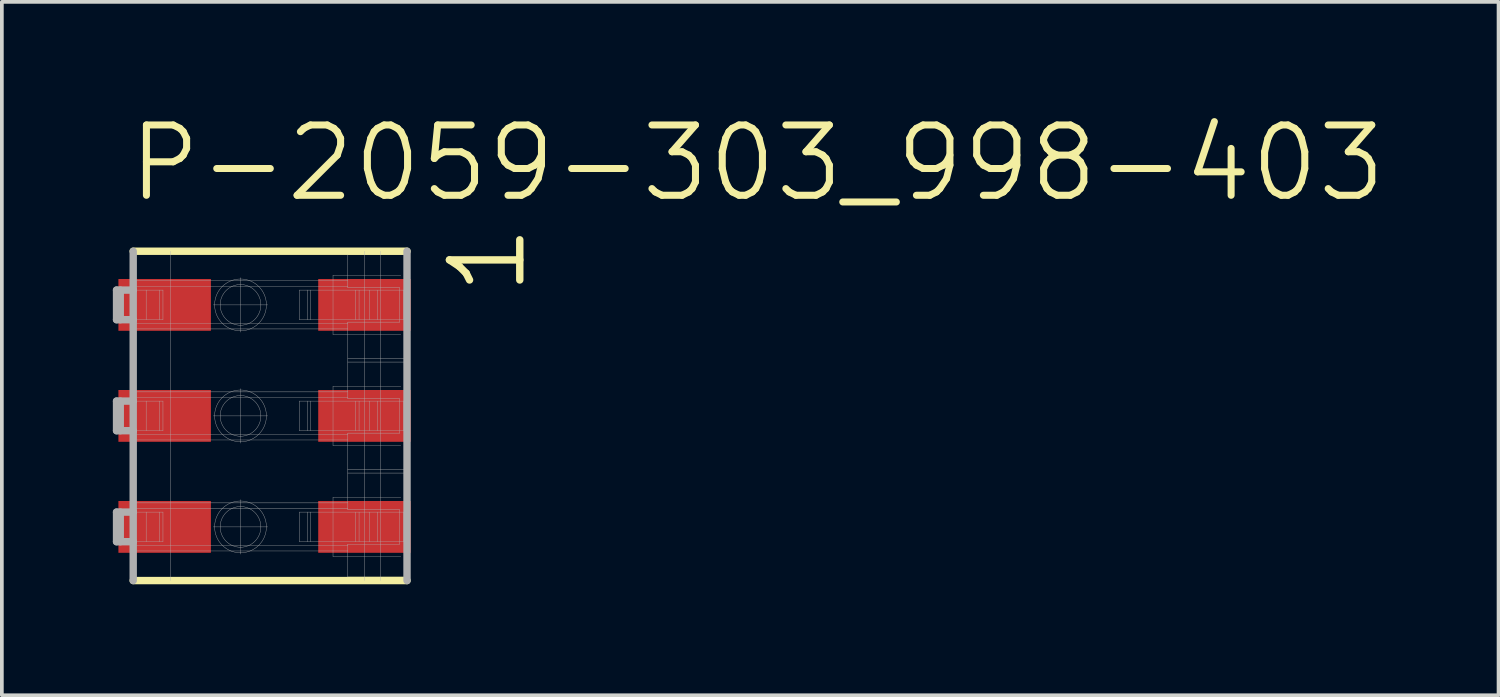
<source format=kicad_pcb>
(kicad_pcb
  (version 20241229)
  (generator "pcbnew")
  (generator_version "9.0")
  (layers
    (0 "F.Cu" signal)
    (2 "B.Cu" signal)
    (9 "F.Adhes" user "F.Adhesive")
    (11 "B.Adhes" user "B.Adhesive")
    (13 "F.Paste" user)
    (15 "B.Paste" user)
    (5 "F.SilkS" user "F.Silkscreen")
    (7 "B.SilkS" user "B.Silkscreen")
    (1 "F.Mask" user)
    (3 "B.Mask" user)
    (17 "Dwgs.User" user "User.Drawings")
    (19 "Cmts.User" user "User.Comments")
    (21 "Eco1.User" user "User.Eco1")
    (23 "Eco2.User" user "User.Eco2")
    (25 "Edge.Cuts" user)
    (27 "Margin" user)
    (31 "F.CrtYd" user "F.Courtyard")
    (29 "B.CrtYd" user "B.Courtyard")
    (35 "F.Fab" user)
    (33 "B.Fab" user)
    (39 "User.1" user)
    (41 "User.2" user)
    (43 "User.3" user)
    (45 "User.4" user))
  (footprint "P-2059-303_998-403"
    (layer "F.Cu")
    (at 4.025 8.19)
    (property "Reference" "P-2059-303_998-403" (at -3.695 -5.72 0) (layer "F.SilkS") (effects (font (size 1.9 1.9) (thickness 0.19)) (justify left bottom)))
    (attr through_hole)
    (fp_line (start 2.325 -4.354) (end 2.325 -4.45) (stroke (width 0.01) (type solid)) (layer "F.SilkS"))
    (fp_line (start 2.325 -4.354) (end 3.925 -4.354) (stroke (width 0.01) (type solid)) (layer "F.SilkS"))
    (fp_line (start 2.325 4.354) (end 3.925 4.354) (stroke (width 0.01) (type solid)) (layer "F.SilkS"))
    (fp_line (start 2.325 4.45) (end 2.325 4.354) (stroke (width 0.01) (type solid)) (layer "F.SilkS"))
    (fp_line (start 3.925 -4.45) (end -3.475 -4.45) (stroke (width 0.2) (type solid)) (layer "F.SilkS"))
    (fp_line (start 3.925 4.45) (end -3.475 4.45) (stroke (width 0.2) (type solid)) (layer "F.SilkS"))
    (fp_line (start -3.925 -2.6) (end -3.925 -3.4) (stroke (width 0.2) (type solid)) (layer "F.Fab"))
    (fp_line (start -3.925 0.4) (end -3.925 -0.4) (stroke (width 0.2) (type solid)) (layer "F.Fab"))
    (fp_line (start -3.925 3.4) (end -3.925 2.6) (stroke (width 0.2) (type solid)) (layer "F.Fab"))
    (fp_line (start -3.825 -2.6) (end -3.825 -3.4) (stroke (width 0.2) (type solid)) (layer "F.Fab"))
    (fp_line (start -3.825 0.4) (end -3.825 -0.4) (stroke (width 0.2) (type solid)) (layer "F.Fab"))
    (fp_line (start -3.825 3.4) (end -3.825 2.6) (stroke (width 0.2) (type solid)) (layer "F.Fab"))
    (fp_line (start -3.475 -3.65) (end 2.325 -3.65) (stroke (width 0.01) (type solid)) (layer "F.Fab"))
    (fp_line (start -3.475 -3.506) (end 2.325 -3.506) (stroke (width 0.01) (type solid)) (layer "F.Fab"))
    (fp_line (start -3.475 -3.4) (end -3.925 -3.4) (stroke (width 0.2) (type solid)) (layer "F.Fab"))
    (fp_line (start -3.475 -3.4) (end -3.475 -4.45) (stroke (width 0.2) (type solid)) (layer "F.Fab"))
    (fp_line (start -3.475 -3.4) (end -2.671 -3.4) (stroke (width 0.01) (type solid)) (layer "F.Fab"))
    (fp_line (start -3.475 -2.6) (end -3.925 -2.6) (stroke (width 0.2) (type solid)) (layer "F.Fab"))
    (fp_line (start -3.475 -2.6) (end -3.475 -3.4) (stroke (width 0.2) (type solid)) (layer "F.Fab"))
    (fp_line (start -3.475 -2.494) (end 2.325 -2.494) (stroke (width 0.01) (type solid)) (layer "F.Fab"))
    (fp_line (start -3.475 -2.35) (end 2.325 -2.35) (stroke (width 0.01) (type solid)) (layer "F.Fab"))
    (fp_line (start -3.475 -0.65) (end 2.325 -0.65) (stroke (width 0.01) (type solid)) (layer "F.Fab"))
    (fp_line (start -3.475 -0.506) (end 2.325 -0.506) (stroke (width 0.01) (type solid)) (layer "F.Fab"))
    (fp_line (start -3.475 -0.4) (end -3.925 -0.4) (stroke (width 0.2) (type solid)) (layer "F.Fab"))
    (fp_line (start -3.475 -0.4) (end -3.475 -2.6) (stroke (width 0.2) (type solid)) (layer "F.Fab"))
    (fp_line (start -3.475 -0.4) (end -2.671 -0.4) (stroke (width 0.01) (type solid)) (layer "F.Fab"))
    (fp_line (start -3.475 0.4) (end -3.925 0.4) (stroke (width 0.2) (type solid)) (layer "F.Fab"))
    (fp_line (start -3.475 0.4) (end -3.475 -0.4) (stroke (width 0.2) (type solid)) (layer "F.Fab"))
    (fp_line (start -3.475 0.506) (end 2.325 0.506) (stroke (width 0.01) (type solid)) (layer "F.Fab"))
    (fp_line (start -3.475 0.65) (end 2.325 0.65) (stroke (width 0.01) (type solid)) (layer "F.Fab"))
    (fp_line (start -3.475 2.35) (end 2.325 2.35) (stroke (width 0.01) (type solid)) (layer "F.Fab"))
    (fp_line (start -3.475 2.494) (end 2.325 2.494) (stroke (width 0.01) (type solid)) (layer "F.Fab"))
    (fp_line (start -3.475 2.6) (end -3.925 2.6) (stroke (width 0.2) (type solid)) (layer "F.Fab"))
    (fp_line (start -3.475 2.6) (end -3.475 0.4) (stroke (width 0.2) (type solid)) (layer "F.Fab"))
    (fp_line (start -3.475 2.6) (end -2.671 2.6) (stroke (width 0.01) (type solid)) (layer "F.Fab"))
    (fp_line (start -3.475 3.4) (end -3.925 3.4) (stroke (width 0.2) (type solid)) (layer "F.Fab"))
    (fp_line (start -3.475 3.4) (end -3.475 2.6) (stroke (width 0.2) (type solid)) (layer "F.Fab"))
    (fp_line (start -3.475 3.506) (end 2.325 3.506) (stroke (width 0.01) (type solid)) (layer "F.Fab"))
    (fp_line (start -3.475 3.65) (end 2.325 3.65) (stroke (width 0.01) (type solid)) (layer "F.Fab"))
    (fp_line (start -3.475 4.45) (end -3.475 3.4) (stroke (width 0.2) (type solid)) (layer "F.Fab"))
    (fp_line (start -3.125 -2.6) (end -3.125 -3.4) (stroke (width 0.01) (type solid)) (layer "F.Fab"))
    (fp_line (start -3.125 0.4) (end -3.125 -0.4) (stroke (width 0.01) (type solid)) (layer "F.Fab"))
    (fp_line (start -3.125 3.4) (end -3.125 2.6) (stroke (width 0.01) (type solid)) (layer "F.Fab"))
    (fp_line (start -2.766 -2.6) (end -2.766 -3.4) (stroke (width 0.01) (type solid)) (layer "F.Fab"))
    (fp_line (start -2.766 0.4) (end -2.766 -0.4) (stroke (width 0.01) (type solid)) (layer "F.Fab"))
    (fp_line (start -2.766 3.4) (end -2.766 2.6) (stroke (width 0.01) (type solid)) (layer "F.Fab"))
    (fp_line (start -2.671 -3.4) (end -2.671 -2.6) (stroke (width 0.01) (type solid)) (layer "F.Fab"))
    (fp_line (start -2.671 -2.6) (end -3.475 -2.6) (stroke (width 0.01) (type solid)) (layer "F.Fab"))
    (fp_line (start -2.671 -0.4) (end -2.671 0.4) (stroke (width 0.01) (type solid)) (layer "F.Fab"))
    (fp_line (start -2.671 0.4) (end -3.475 0.4) (stroke (width 0.01) (type solid)) (layer "F.Fab"))
    (fp_line (start -2.671 2.6) (end -2.671 3.4) (stroke (width 0.01) (type solid)) (layer "F.Fab"))
    (fp_line (start -2.671 3.4) (end -3.475 3.4) (stroke (width 0.01) (type solid)) (layer "F.Fab"))
    (fp_line (start -2.475 4.45) (end -2.475 -4.45) (stroke (width 0.01) (type solid)) (layer "F.Fab"))
    (fp_line (start -1.31 -3) (end 0.16 -3) (stroke (width 0.01) (type solid)) (layer "F.Fab"))
    (fp_line (start -1.31 0) (end 0.16 0) (stroke (width 0.01) (type solid)) (layer "F.Fab"))
    (fp_line (start -1.31 3) (end 0.16 3) (stroke (width 0.01) (type solid)) (layer "F.Fab"))
    (fp_line (start -0.575 -2.265) (end -0.575 -3.735) (stroke (width 0.01) (type solid)) (layer "F.Fab"))
    (fp_line (start -0.575 0.735) (end -0.575 -0.735) (stroke (width 0.01) (type solid)) (layer "F.Fab"))
    (fp_line (start -0.575 3.735) (end -0.575 2.265) (stroke (width 0.01) (type solid)) (layer "F.Fab"))
    (fp_line (start 1.016 -2.6) (end 1.016 -3.4) (stroke (width 0.01) (type solid)) (layer "F.Fab"))
    (fp_line (start 1.016 0.4) (end 1.016 -0.4) (stroke (width 0.01) (type solid)) (layer "F.Fab"))
    (fp_line (start 1.016 3.4) (end 1.016 2.6) (stroke (width 0.01) (type solid)) (layer "F.Fab"))
    (fp_line (start 1.231 -2.6) (end 1.231 -3.4) (stroke (width 0.01) (type solid)) (layer "F.Fab"))
    (fp_line (start 1.231 0.4) (end 1.231 -0.4) (stroke (width 0.01) (type solid)) (layer "F.Fab"))
    (fp_line (start 1.231 3.4) (end 1.231 2.6) (stroke (width 0.01) (type solid)) (layer "F.Fab"))
    (fp_line (start 1.325 -2.6) (end 1.325 -3.4) (stroke (width 0.01) (type solid)) (layer "F.Fab"))
    (fp_line (start 1.325 0.4) (end 1.325 -0.4) (stroke (width 0.01) (type solid)) (layer "F.Fab"))
    (fp_line (start 1.325 3.4) (end 1.325 2.6) (stroke (width 0.01) (type solid)) (layer "F.Fab"))
    (fp_line (start 1.925 -3.8) (end 1.925 -2.2) (stroke (width 0.01) (type solid)) (layer "F.Fab"))
    (fp_line (start 1.925 -2.2) (end 3.756 -2.2) (stroke (width 0.01) (type solid)) (layer "F.Fab"))
    (fp_line (start 1.925 -0.8) (end 1.925 0.8) (stroke (width 0.01) (type solid)) (layer "F.Fab"))
    (fp_line (start 1.925 0.8) (end 3.756 0.8) (stroke (width 0.01) (type solid)) (layer "F.Fab"))
    (fp_line (start 1.925 2.2) (end 1.925 3.8) (stroke (width 0.01) (type solid)) (layer "F.Fab"))
    (fp_line (start 1.925 3.8) (end 3.756 3.8) (stroke (width 0.01) (type solid)) (layer "F.Fab"))
    (fp_line (start 2.325 -3.466) (end 2.325 -4.354) (stroke (width 0.01) (type solid)) (layer "F.Fab"))
    (fp_line (start 2.325 -3.466) (end 3.725 -3.466) (stroke (width 0.01) (type solid)) (layer "F.Fab"))
    (fp_line (start 2.325 -2.534) (end 3.725 -2.534) (stroke (width 0.01) (type solid)) (layer "F.Fab"))
    (fp_line (start 2.325 -1.545) (end 3.925 -1.545) (stroke (width 0.01) (type solid)) (layer "F.Fab"))
    (fp_line (start 2.325 -1.455) (end 3.925 -1.455) (stroke (width 0.01) (type solid)) (layer "F.Fab"))
    (fp_line (start 2.325 -0.466) (end 2.325 -2.534) (stroke (width 0.01) (type solid)) (layer "F.Fab"))
    (fp_line (start 2.325 -0.466) (end 3.725 -0.466) (stroke (width 0.01) (type solid)) (layer "F.Fab"))
    (fp_line (start 2.325 0.466) (end 3.725 0.466) (stroke (width 0.01) (type solid)) (layer "F.Fab"))
    (fp_line (start 2.325 1.455) (end 2.325 0.466) (stroke (width 0.01) (type solid)) (layer "F.Fab"))
    (fp_line (start 2.325 1.455) (end 3.925 1.455) (stroke (width 0.01) (type solid)) (layer "F.Fab"))
    (fp_line (start 2.325 1.545) (end 3.925 1.545) (stroke (width 0.01) (type solid)) (layer "F.Fab"))
    (fp_line (start 2.325 2.534) (end 2.325 1.455) (stroke (width 0.01) (type solid)) (layer "F.Fab"))
    (fp_line (start 2.325 2.534) (end 3.725 2.534) (stroke (width 0.01) (type solid)) (layer "F.Fab"))
    (fp_line (start 2.325 3.466) (end 3.725 3.466) (stroke (width 0.01) (type solid)) (layer "F.Fab"))
    (fp_line (start 2.325 4.354) (end 2.325 3.466) (stroke (width 0.01) (type solid)) (layer "F.Fab"))
    (fp_line (start 2.525 -2.6) (end 2.525 -3.4) (stroke (width 0.01) (type solid)) (layer "F.Fab"))
    (fp_line (start 2.525 0.4) (end 2.525 -0.4) (stroke (width 0.01) (type solid)) (layer "F.Fab"))
    (fp_line (start 2.525 3.4) (end 2.525 2.6) (stroke (width 0.01) (type solid)) (layer "F.Fab"))
    (fp_line (start 2.629 -2.6) (end 2.629 -3.4) (stroke (width 0.01) (type solid)) (layer "F.Fab"))
    (fp_line (start 2.629 0.4) (end 2.629 -0.4) (stroke (width 0.01) (type solid)) (layer "F.Fab"))
    (fp_line (start 2.629 3.4) (end 2.629 2.6) (stroke (width 0.01) (type solid)) (layer "F.Fab"))
    (fp_line (start 2.775 4.45) (end 2.775 -4.45) (stroke (width 0.01) (type solid)) (layer "F.Fab"))
    (fp_line (start 2.917 -2.6) (end 2.917 -3.4) (stroke (width 0.01) (type solid)) (layer "F.Fab"))
    (fp_line (start 2.917 0.4) (end 2.917 -0.4) (stroke (width 0.01) (type solid)) (layer "F.Fab"))
    (fp_line (start 2.917 3.4) (end 2.917 2.6) (stroke (width 0.01) (type solid)) (layer "F.Fab"))
    (fp_line (start 3.125 -2.6) (end 3.125 -3.4) (stroke (width 0.01) (type solid)) (layer "F.Fab"))
    (fp_line (start 3.125 0.4) (end 3.125 -0.4) (stroke (width 0.01) (type solid)) (layer "F.Fab"))
    (fp_line (start 3.125 3.4) (end 3.125 2.6) (stroke (width 0.01) (type solid)) (layer "F.Fab"))
    (fp_line (start 3.208 4.45) (end 3.208 -4.45) (stroke (width 0.01) (type solid)) (layer "F.Fab"))
    (fp_line (start 3.725 -2.534) (end 3.725 -3.466) (stroke (width 0.01) (type solid)) (layer "F.Fab"))
    (fp_line (start 3.725 0.466) (end 3.725 -0.466) (stroke (width 0.01) (type solid)) (layer "F.Fab"))
    (fp_line (start 3.725 3.466) (end 3.725 2.534) (stroke (width 0.01) (type solid)) (layer "F.Fab"))
    (fp_line (start 3.756 -3.8) (end 1.925 -3.8) (stroke (width 0.01) (type solid)) (layer "F.Fab"))
    (fp_line (start 3.756 -0.8) (end 1.925 -0.8) (stroke (width 0.01) (type solid)) (layer "F.Fab"))
    (fp_line (start 3.756 2.2) (end 1.925 2.2) (stroke (width 0.01) (type solid)) (layer "F.Fab"))
    (fp_line (start 3.825 -2.6) (end 3.825 -3.4) (stroke (width 0.01) (type solid)) (layer "F.Fab"))
    (fp_line (start 3.825 0.4) (end 3.825 -0.4) (stroke (width 0.01) (type solid)) (layer "F.Fab"))
    (fp_line (start 3.825 3.4) (end 3.825 2.6) (stroke (width 0.01) (type solid)) (layer "F.Fab"))
    (fp_line (start 3.858 -3.78) (end 3.858 -4.45) (stroke (width 0.01) (type solid)) (layer "F.Fab"))
    (fp_line (start 3.858 -0.78) (end 3.858 -2.22) (stroke (width 0.01) (type solid)) (layer "F.Fab"))
    (fp_line (start 3.858 2.22) (end 3.858 0.78) (stroke (width 0.01) (type solid)) (layer "F.Fab"))
    (fp_line (start 3.858 4.45) (end 3.858 3.78) (stroke (width 0.01) (type solid)) (layer "F.Fab"))
    (fp_line (start 3.925 -3.4) (end 1.016 -3.4) (stroke (width 0.01) (type solid)) (layer "F.Fab"))
    (fp_line (start 3.925 -2.6) (end 1.016 -2.6) (stroke (width 0.01) (type solid)) (layer "F.Fab"))
    (fp_line (start 3.925 -0.4) (end 1.016 -0.4) (stroke (width 0.01) (type solid)) (layer "F.Fab"))
    (fp_line (start 3.925 0.4) (end 1.016 0.4) (stroke (width 0.01) (type solid)) (layer "F.Fab"))
    (fp_line (start 3.925 2.6) (end 1.016 2.6) (stroke (width 0.01) (type solid)) (layer "F.Fab"))
    (fp_line (start 3.925 3.4) (end 1.016 3.4) (stroke (width 0.01) (type solid)) (layer "F.Fab"))
    (fp_line (start 3.925 4.45) (end 3.925 -4.45) (stroke (width 0.2) (type solid)) (layer "F.Fab"))
    (fp_circle (center -0.575 -3) (end -0.025 -3) (stroke (width 0.01) (type solid)) (fill no) (layer "F.Fab"))
    (fp_circle (center -0.575 -3) (end 0.125 -3) (stroke (width 0.01) (type solid)) (fill no) (layer "F.Fab"))
    (fp_circle (center -0.575 0) (end -0.025 0) (stroke (width 0.01) (type solid)) (fill no) (layer "F.Fab"))
    (fp_circle (center -0.575 0) (end 0.125 0) (stroke (width 0.01) (type solid)) (fill no) (layer "F.Fab"))
    (fp_circle (center -0.575 3) (end -0.025 3) (stroke (width 0.01) (type solid)) (fill no) (layer "F.Fab"))
    (fp_circle (center -0.575 3) (end 0.125 3) (stroke (width 0.01) (type solid)) (fill no) (layer "F.Fab"))
    (fp_text user "1" (at 7.215 -3.18 90) (layer "F.SilkS") (effects (font (size 1.9 1.9) (thickness 0.2)) (justify left bottom)))
    (pad "1" smd rect (at -2.625 -3) (size 2.5 1.4) (layers "F.Cu" "F.Mask" "F.Paste"))
    (pad "1" smd rect (at 2.775 -3) (size 2.5 1.4) (layers "F.Cu" "F.Mask" "F.Paste"))
    (pad "2" smd rect (at -2.625 0) (size 2.5 1.4) (layers "F.Cu" "F.Mask" "F.Paste"))
    (pad "2" smd rect (at 2.775 0) (size 2.5 1.4) (layers "F.Cu" "F.Mask" "F.Paste"))
    (pad "3" smd rect (at -2.625 3) (size 2.5 1.4) (layers "F.Cu" "F.Mask" "F.Paste"))
    (pad "3" smd rect (at 2.775 3) (size 2.5 1.4) (layers "F.Cu" "F.Mask" "F.Paste")))
  (gr_rect
    (start -3 -3)
    (end 37.449 15.74)
    (stroke (width 0.1) (type default))
    (fill no)
    (layer "Edge.Cuts")))
</source>
